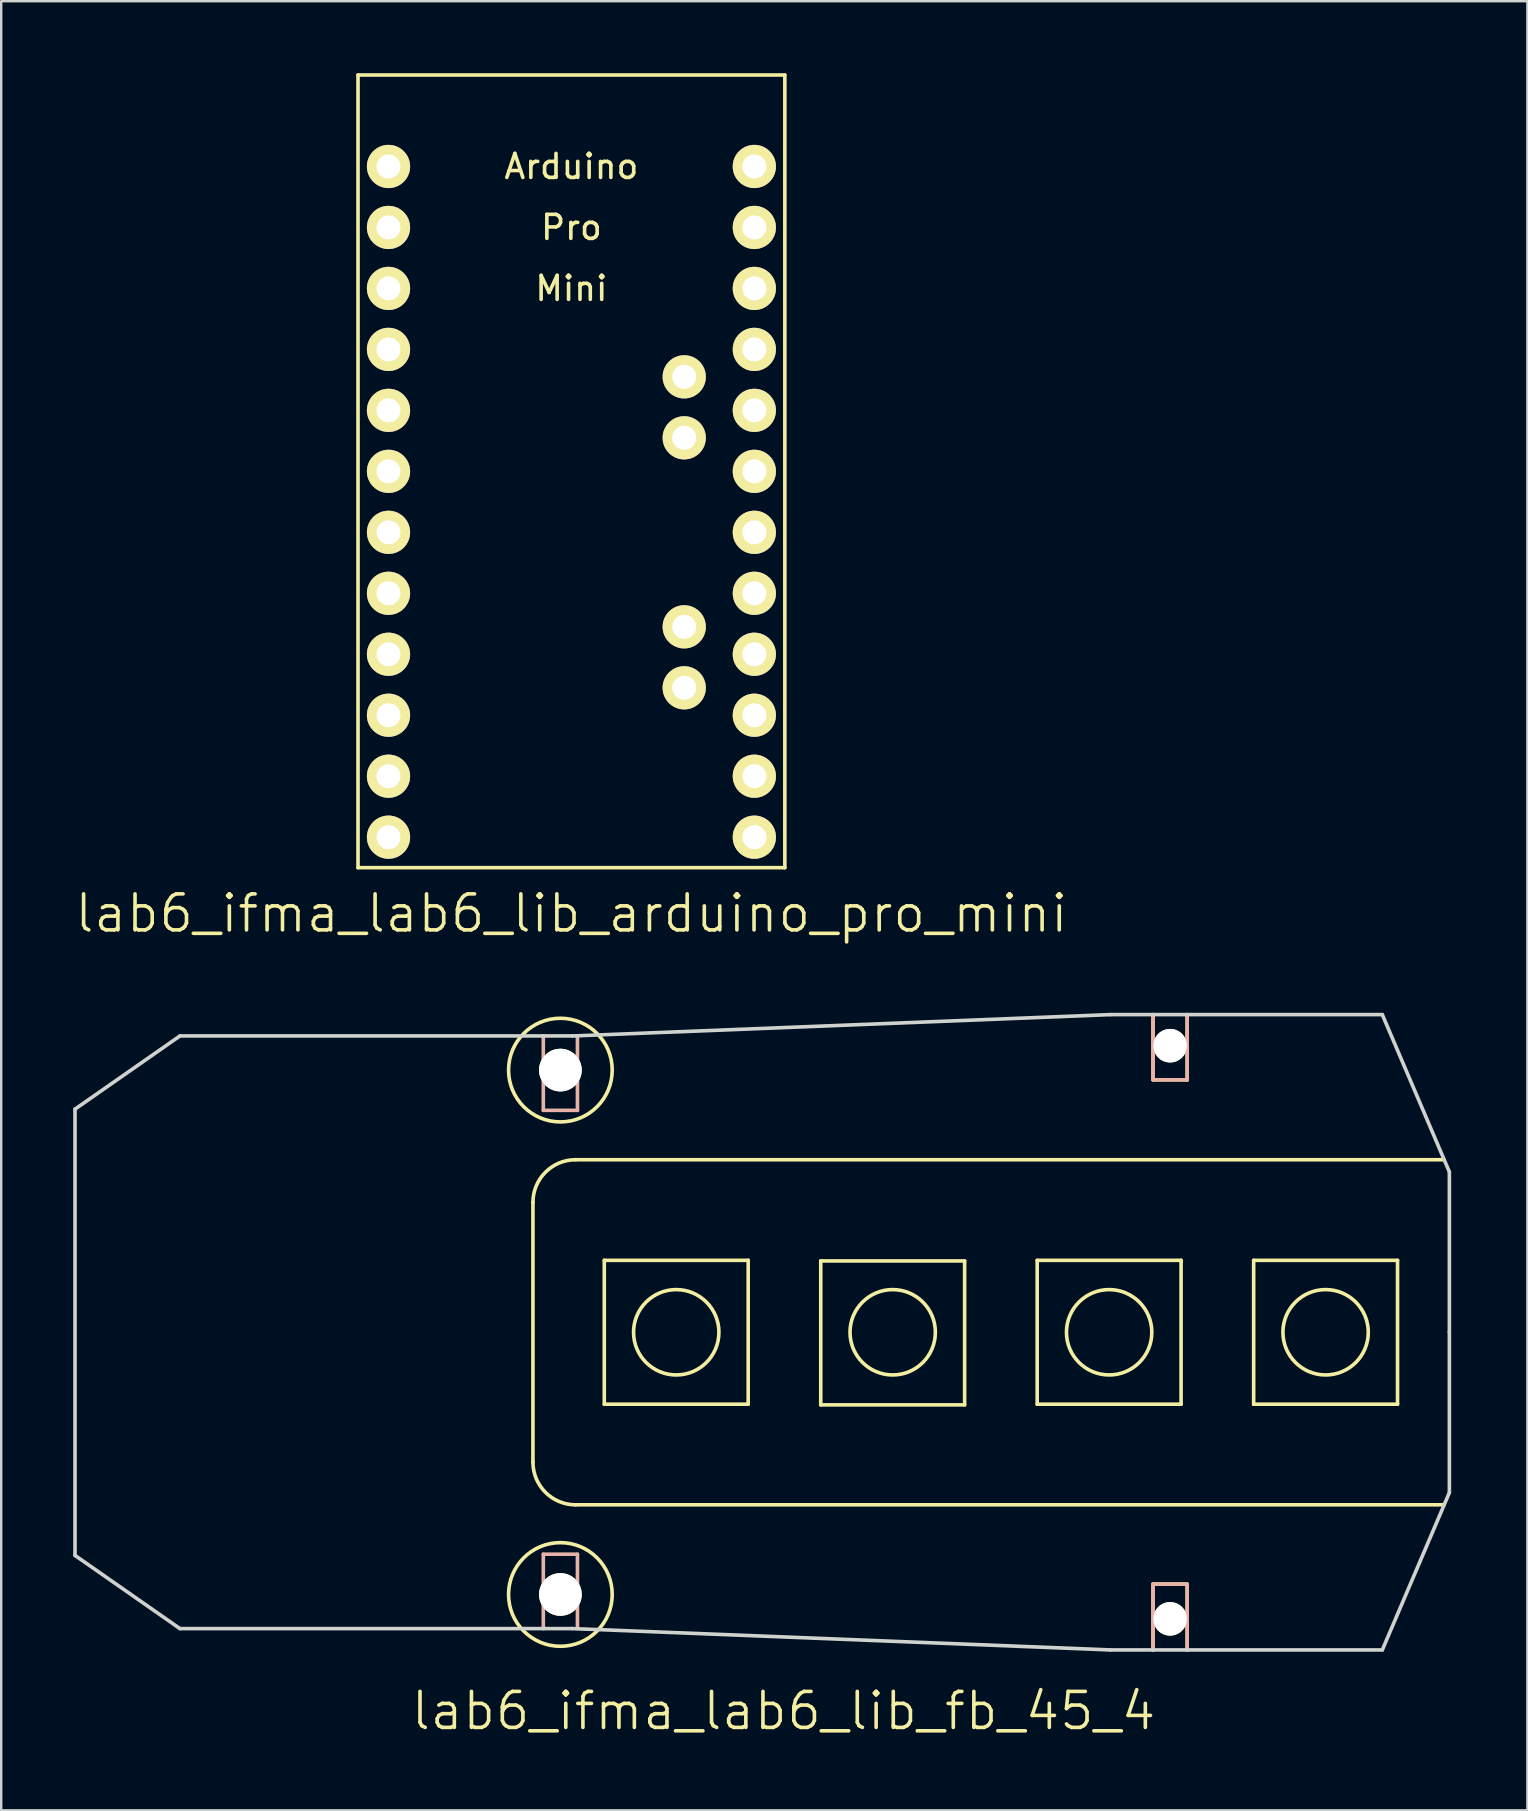
<source format=kicad_pcb>
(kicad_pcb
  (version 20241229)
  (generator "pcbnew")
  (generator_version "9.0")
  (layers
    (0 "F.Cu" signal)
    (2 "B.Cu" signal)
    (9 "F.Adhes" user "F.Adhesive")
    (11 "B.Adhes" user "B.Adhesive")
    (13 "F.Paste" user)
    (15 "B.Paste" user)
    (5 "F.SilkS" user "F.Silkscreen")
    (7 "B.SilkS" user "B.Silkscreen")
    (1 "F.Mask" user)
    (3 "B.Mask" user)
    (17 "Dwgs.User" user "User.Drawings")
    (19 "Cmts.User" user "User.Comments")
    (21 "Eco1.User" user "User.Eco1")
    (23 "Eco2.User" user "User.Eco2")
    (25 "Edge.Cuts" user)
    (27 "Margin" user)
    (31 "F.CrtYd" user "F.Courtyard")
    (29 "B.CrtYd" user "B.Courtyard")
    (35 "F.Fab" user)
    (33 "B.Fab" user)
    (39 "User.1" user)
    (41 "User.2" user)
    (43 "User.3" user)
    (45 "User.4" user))
  (footprint "lab6_ifma_lab6_lib_fb_45_4"
    (layer "F.Cu")
    (at 57.327 52.449)
    (property "Reference" "lab6_ifma_lab6_lib_fb_45_4" (at -27.737 15.773 0) (layer "F.SilkS") (effects (font (size 1.5 1.5) (thickness 0.15))))
    (attr through_hole)
    (fp_line (start -38.176 -5.41) (end -38.176 5.41) (stroke (width 0.15) (type solid)) (layer "F.SilkS"))
    (fp_line (start -36.398 -7.188) (end -0.229 -7.188) (stroke (width 0.15) (type solid)) (layer "F.SilkS"))
    (fp_line (start -36.398 7.188) (end -0.229 7.188) (stroke (width 0.15) (type solid)) (layer "F.SilkS"))
    (fp_line (start -35.204 -2.997) (end -29.21 -2.997) (stroke (width 0.15) (type solid)) (layer "F.SilkS"))
    (fp_line (start -35.204 2.997) (end -35.204 -2.997) (stroke (width 0.15) (type solid)) (layer "F.SilkS"))
    (fp_line (start -29.21 -2.997) (end -29.21 2.997) (stroke (width 0.15) (type solid)) (layer "F.SilkS"))
    (fp_line (start -29.21 2.997) (end -35.204 2.997) (stroke (width 0.15) (type solid)) (layer "F.SilkS"))
    (fp_line (start -26.187 -2.972) (end -20.193 -2.972) (stroke (width 0.15) (type solid)) (layer "F.SilkS"))
    (fp_line (start -26.187 3.023) (end -26.187 -2.972) (stroke (width 0.15) (type solid)) (layer "F.SilkS"))
    (fp_line (start -20.193 -2.972) (end -20.193 3.023) (stroke (width 0.15) (type solid)) (layer "F.SilkS"))
    (fp_line (start -20.193 3.023) (end -26.187 3.023) (stroke (width 0.15) (type solid)) (layer "F.SilkS"))
    (fp_line (start -17.17 -2.997) (end -11.176 -2.997) (stroke (width 0.15) (type solid)) (layer "F.SilkS"))
    (fp_line (start -17.17 2.997) (end -17.17 -2.997) (stroke (width 0.15) (type solid)) (layer "F.SilkS"))
    (fp_line (start -12.344 -10.516) (end -12.344 -13.233) (stroke (width 0.15) (type solid)) (layer "F.SilkS"))
    (fp_line (start -12.344 -10.516) (end -10.922 -10.516) (stroke (width 0.15) (type solid)) (layer "F.SilkS"))
    (fp_line (start -12.344 10.49) (end -12.344 13.233) (stroke (width 0.15) (type solid)) (layer "F.SilkS"))
    (fp_line (start -12.344 10.49) (end -10.922 10.49) (stroke (width 0.15) (type solid)) (layer "F.SilkS"))
    (fp_line (start -11.176 -2.997) (end -11.176 2.997) (stroke (width 0.15) (type solid)) (layer "F.SilkS"))
    (fp_line (start -11.176 2.997) (end -17.17 2.997) (stroke (width 0.15) (type solid)) (layer "F.SilkS"))
    (fp_line (start -10.922 -10.516) (end -10.922 -13.233) (stroke (width 0.15) (type solid)) (layer "F.SilkS"))
    (fp_line (start -10.922 10.516) (end -10.922 13.233) (stroke (width 0.15) (type solid)) (layer "F.SilkS"))
    (fp_line (start -8.153 -2.997) (end -8.153 2.997) (stroke (width 0.15) (type solid)) (layer "F.SilkS"))
    (fp_line (start -8.153 2.997) (end -2.159 2.997) (stroke (width 0.15) (type solid)) (layer "F.SilkS"))
    (fp_line (start -2.159 -2.997) (end -8.153 -2.997) (stroke (width 0.15) (type solid)) (layer "F.SilkS"))
    (fp_line (start -2.159 2.997) (end -2.159 -2.997) (stroke (width 0.15) (type solid)) (layer "F.SilkS"))
    (fp_arc (start -38.1762 -5.4102) (mid -37.655436 -6.667436) (end -36.3982 -7.1882) (stroke (width 0.15) (type solid)) (layer "F.SilkS"))
    (fp_arc (start -36.3982 7.1882) (mid -37.655436 6.667436) (end -38.1762 5.4102) (stroke (width 0.15) (type solid)) (layer "F.SilkS"))
    (fp_circle (center -37.033 -10.922) (end -37.033 -8.763) (stroke (width 0.15) (type solid)) (fill no) (layer "F.SilkS"))
    (fp_circle (center -37.033 10.922) (end -37.033 8.763) (stroke (width 0.15) (type solid)) (fill no) (layer "F.SilkS"))
    (fp_circle (center -32.207 0) (end -32.207 -1.778) (stroke (width 0.15) (type solid)) (fill no) (layer "F.SilkS"))
    (fp_circle (center -23.19 0) (end -23.19 -1.778) (stroke (width 0.15) (type solid)) (fill no) (layer "F.SilkS"))
    (fp_circle (center -14.173 0) (end -14.173 -1.778) (stroke (width 0.15) (type solid)) (fill no) (layer "F.SilkS"))
    (fp_circle (center -5.156 0) (end -5.156 -1.778) (stroke (width 0.15) (type solid)) (fill no) (layer "F.SilkS"))
    (fp_line (start -37.744 -12.344) (end -37.744 -9.246) (stroke (width 0.15) (type solid)) (layer "B.SilkS"))
    (fp_line (start -37.744 -9.246) (end -36.322 -9.246) (stroke (width 0.15) (type solid)) (layer "B.SilkS"))
    (fp_line (start -37.744 9.246) (end -37.744 12.344) (stroke (width 0.15) (type solid)) (layer "B.SilkS"))
    (fp_line (start -36.322 -9.246) (end -36.322 -12.344) (stroke (width 0.15) (type solid)) (layer "B.SilkS"))
    (fp_line (start -36.322 9.246) (end -37.744 9.246) (stroke (width 0.15) (type solid)) (layer "B.SilkS"))
    (fp_line (start -36.322 9.246) (end -36.322 12.344) (stroke (width 0.15) (type solid)) (layer "B.SilkS"))
    (fp_line (start -12.344 -10.516) (end -12.344 -13.233) (stroke (width 0.15) (type solid)) (layer "B.SilkS"))
    (fp_line (start -12.344 -10.516) (end -10.922 -10.516) (stroke (width 0.15) (type solid)) (layer "B.SilkS"))
    (fp_line (start -12.344 10.49) (end -12.344 13.233) (stroke (width 0.15) (type solid)) (layer "B.SilkS"))
    (fp_line (start -12.344 10.49) (end -10.922 10.49) (stroke (width 0.15) (type solid)) (layer "B.SilkS"))
    (fp_line (start -10.922 -10.516) (end -10.922 -13.233) (stroke (width 0.15) (type solid)) (layer "B.SilkS"))
    (fp_line (start -10.922 10.516) (end -10.922 13.233) (stroke (width 0.15) (type solid)) (layer "B.SilkS"))
    (fp_line (start -57.252 9.296) (end -57.252 -9.296) (stroke (width 0.15) (type solid)) (layer "Edge.Cuts"))
    (fp_line (start -52.883 -12.344) (end -57.252 -9.296) (stroke (width 0.15) (type solid)) (layer "Edge.Cuts"))
    (fp_line (start -52.883 12.344) (end -57.252 9.296) (stroke (width 0.15) (type solid)) (layer "Edge.Cuts"))
    (fp_line (start -36.525 -12.344) (end -52.883 -12.344) (stroke (width 0.15) (type solid)) (layer "Edge.Cuts"))
    (fp_line (start -36.525 12.344) (end -52.883 12.344) (stroke (width 0.15) (type solid)) (layer "Edge.Cuts"))
    (fp_line (start -14.122 -13.233) (end -36.525 -12.344) (stroke (width 0.15) (type solid)) (layer "Edge.Cuts"))
    (fp_line (start -14.122 13.233) (end -36.525 12.344) (stroke (width 0.15) (type solid)) (layer "Edge.Cuts"))
    (fp_line (start -2.794 -13.233) (end -14.122 -13.233) (stroke (width 0.15) (type solid)) (layer "Edge.Cuts"))
    (fp_line (start -2.794 13.233) (end -14.122 13.233) (stroke (width 0.15) (type solid)) (layer "Edge.Cuts"))
    (fp_line (start 0 -6.68) (end -2.794 -13.233) (stroke (width 0.15) (type solid)) (layer "Edge.Cuts"))
    (fp_line (start 0 0) (end 0 -6.68) (stroke (width 0.15) (type solid)) (layer "Edge.Cuts"))
    (fp_line (start 0 0) (end 0 6.68) (stroke (width 0.15) (type solid)) (layer "Edge.Cuts"))
    (fp_line (start 0 6.68) (end -2.794 13.233) (stroke (width 0.15) (type solid)) (layer "Edge.Cuts"))
    (pad "" np_thru_hole circle (at -37.033 -10.922) (size 1.778 1.778) (drill 1.778) (layers "*.Cu" "*.Mask" "F.SilkS"))
    (pad "" np_thru_hole circle (at -37.033 10.922) (size 1.778 1.778) (drill 1.778) (layers "*.Cu" "*.Mask" "F.SilkS"))
    (pad "" np_thru_hole circle (at -11.633 -11.938) (size 1.397 1.397) (drill 1.397) (layers "*.Cu" "*.Mask" "F.SilkS"))
    (pad "" np_thru_hole circle (at -11.633 11.938) (size 1.397 1.397) (drill 1.397) (layers "*.Cu" "*.Mask" "F.SilkS")))
  (footprint "lab6_ifma_lab6_lib_arduino_pro_mini"
    (layer "F.Cu")
    (at 28.374 31.825)
    (property "Reference" "lab6_ifma_lab6_lib_arduino_pro_mini" (at -7.62 3.175 0) (layer "F.SilkS") (effects (font (size 1.5 1.5) (thickness 0.15))))
    (attr through_hole)
    (fp_line (start -16.51 -31.75) (end 1.27 -31.75) (stroke (width 0.15) (type solid)) (layer "F.SilkS"))
    (fp_line (start -16.51 1.27) (end -16.51 -31.75) (stroke (width 0.15) (type solid)) (layer "F.SilkS"))
    (fp_line (start 1.27 -31.75) (end 1.27 1.27) (stroke (width 0.15) (type solid)) (layer "F.SilkS"))
    (fp_line (start 1.27 1.27) (end -16.51 1.27) (stroke (width 0.15) (type solid)) (layer "F.SilkS"))
    (fp_text user "Mini" (at -7.62 -22.86 0) (layer "F.SilkS") (effects (font (size 1 1) (thickness 0.15))))
    (fp_text user "Pro" (at -7.62 -25.4 0) (layer "F.SilkS") (effects (font (size 1 1) (thickness 0.15))))
    (fp_text user "Arduino" (at -7.62 -27.94 0) (layer "F.SilkS") (effects (font (size 1 1) (thickness 0.15))))
    (pad "1" thru_hole circle (at -15.24 -27.94) (size 1.8 1.8) (drill 1) (layers "*.Cu" "*.Mask" "F.SilkS"))
    (pad "2" thru_hole circle (at -15.24 -25.4) (size 1.8 1.8) (drill 1) (layers "*.Cu" "*.Mask" "F.SilkS"))
    (pad "3" thru_hole circle (at -15.24 -22.86) (size 1.8 1.8) (drill 1) (layers "*.Cu" "*.Mask" "F.SilkS"))
    (pad "4" thru_hole circle (at -15.24 -20.32) (size 1.8 1.8) (drill 1) (layers "*.Cu" "*.Mask" "F.SilkS"))
    (pad "5" thru_hole circle (at -15.24 -17.78) (size 1.8 1.8) (drill 1) (layers "*.Cu" "*.Mask" "F.SilkS"))
    (pad "6" thru_hole circle (at -15.24 -15.24) (size 1.8 1.8) (drill 1) (layers "*.Cu" "*.Mask" "F.SilkS"))
    (pad "7" thru_hole circle (at -15.24 -12.7) (size 1.8 1.8) (drill 1) (layers "*.Cu" "*.Mask" "F.SilkS"))
    (pad "8" thru_hole circle (at -15.24 -10.16) (size 1.8 1.8) (drill 1) (layers "*.Cu" "*.Mask" "F.SilkS"))
    (pad "9" thru_hole circle (at -15.24 -7.62) (size 1.8 1.8) (drill 1) (layers "*.Cu" "*.Mask" "F.SilkS"))
    (pad "10" thru_hole circle (at -15.24 -5.08) (size 1.8 1.8) (drill 1) (layers "*.Cu" "*.Mask" "F.SilkS"))
    (pad "11" thru_hole circle (at -15.24 -2.54) (size 1.8 1.8) (drill 1) (layers "*.Cu" "*.Mask" "F.SilkS"))
    (pad "12" thru_hole circle (at -15.24 0) (size 1.8 1.8) (drill 1) (layers "*.Cu" "*.Mask" "F.SilkS"))
    (pad "13" thru_hole circle (at 0 0) (size 1.8 1.8) (drill 1) (layers "*.Cu" "*.Mask" "F.SilkS"))
    (pad "14" thru_hole circle (at 0 -2.54) (size 1.8 1.8) (drill 1) (layers "*.Cu" "*.Mask" "F.SilkS"))
    (pad "15" thru_hole circle (at 0 -5.08) (size 1.8 1.8) (drill 1) (layers "*.Cu" "*.Mask" "F.SilkS"))
    (pad "16" thru_hole circle (at 0 -7.62) (size 1.8 1.8) (drill 1) (layers "*.Cu" "*.Mask" "F.SilkS"))
    (pad "17" thru_hole circle (at 0 -10.16) (size 1.8 1.8) (drill 1) (layers "*.Cu" "*.Mask" "F.SilkS"))
    (pad "18" thru_hole circle (at 0 -12.7) (size 1.8 1.8) (drill 1) (layers "*.Cu" "*.Mask" "F.SilkS"))
    (pad "19" thru_hole circle (at 0 -15.24) (size 1.8 1.8) (drill 1) (layers "*.Cu" "*.Mask" "F.SilkS"))
    (pad "20" thru_hole circle (at 0 -17.78) (size 1.8 1.8) (drill 1) (layers "*.Cu" "*.Mask" "F.SilkS"))
    (pad "21" thru_hole circle (at 0 -20.32) (size 1.8 1.8) (drill 1) (layers "*.Cu" "*.Mask" "F.SilkS"))
    (pad "22" thru_hole circle (at 0 -22.86) (size 1.8 1.8) (drill 1) (layers "*.Cu" "*.Mask" "F.SilkS"))
    (pad "23" thru_hole circle (at 0 -25.4) (size 1.8 1.8) (drill 1) (layers "*.Cu" "*.Mask" "F.SilkS"))
    (pad "24" thru_hole circle (at 0 -27.94) (size 1.8 1.8) (drill 1) (layers "*.Cu" "*.Mask" "F.SilkS"))
    (pad "31" thru_hole circle (at -2.921 -16.637) (size 1.8 1.8) (drill 1) (layers "*.Cu" "*.Mask" "F.SilkS"))
    (pad "32" thru_hole circle (at -2.921 -19.177) (size 1.8 1.8) (drill 1) (layers "*.Cu" "*.Mask" "F.SilkS"))
    (pad "33" thru_hole circle (at -2.921 -6.223) (size 1.8 1.8) (drill 1) (layers "*.Cu" "*.Mask" "F.SilkS"))
    (pad "34" thru_hole circle (at -2.921 -8.763) (size 1.8 1.8) (drill 1) (layers "*.Cu" "*.Mask" "F.SilkS")))
  (gr_rect
    (start -3 -3)
    (end 60.577 72.363)
    (stroke (width 0.1) (type default))
    (fill no)
    (layer "Edge.Cuts")))
</source>
